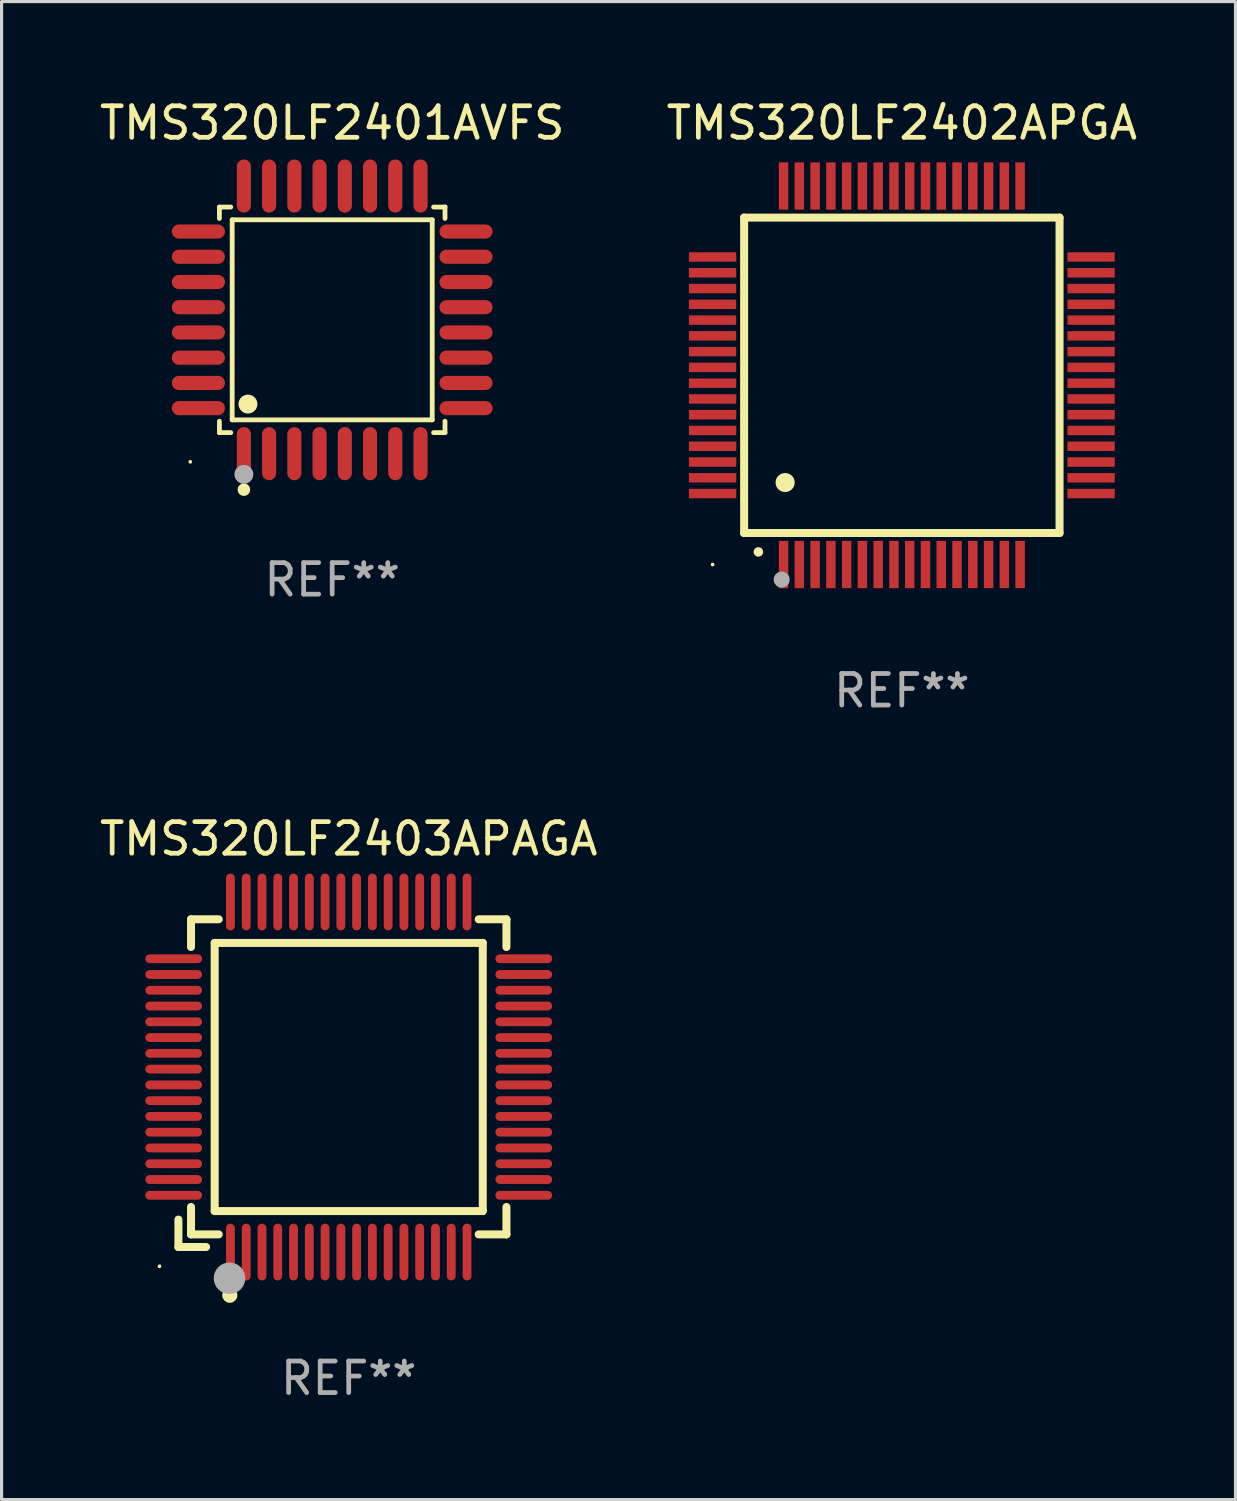
<source format=kicad_pcb>
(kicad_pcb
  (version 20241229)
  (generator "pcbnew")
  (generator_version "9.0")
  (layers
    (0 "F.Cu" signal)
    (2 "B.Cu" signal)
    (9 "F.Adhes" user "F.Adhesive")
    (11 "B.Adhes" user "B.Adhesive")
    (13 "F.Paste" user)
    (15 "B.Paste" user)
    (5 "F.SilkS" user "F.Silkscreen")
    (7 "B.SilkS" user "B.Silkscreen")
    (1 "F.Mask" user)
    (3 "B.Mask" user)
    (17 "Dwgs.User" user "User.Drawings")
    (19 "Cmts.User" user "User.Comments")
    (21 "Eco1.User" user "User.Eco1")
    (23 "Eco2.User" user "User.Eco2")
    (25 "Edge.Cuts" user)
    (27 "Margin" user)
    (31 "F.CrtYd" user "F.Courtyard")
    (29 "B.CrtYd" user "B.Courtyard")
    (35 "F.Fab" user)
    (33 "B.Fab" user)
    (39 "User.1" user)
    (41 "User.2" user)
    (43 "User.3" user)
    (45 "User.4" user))
  (footprint "TMS320LF2403APAGA"
    (layer "F.Cu")
    (at 8.006 31.095)
    (property "Reference" "TMS320LF2403APAGA" (at 0 -7.55 0) (layer "F.SilkS") (effects (font (size 1 1) (thickness 0.15))))
    (attr through_hole)
    (fp_line (start -5.4 4.521) (end -5.4 5.39) (stroke (width 0.254) (type solid)) (layer "F.SilkS"))
    (fp_line (start -5.4 5.39) (end -4.521 5.39) (stroke (width 0.254) (type solid)) (layer "F.SilkS"))
    (fp_line (start -5 -5) (end -5 -4.121) (stroke (width 0.254) (type solid)) (layer "F.SilkS"))
    (fp_line (start -5 4.121) (end -5 4.99) (stroke (width 0.254) (type solid)) (layer "F.SilkS"))
    (fp_line (start -5 4.99) (end -4.121 4.99) (stroke (width 0.254) (type solid)) (layer "F.SilkS"))
    (fp_line (start -4.25 -4.25) (end -4.25 4.25) (stroke (width 0.254) (type solid)) (layer "F.SilkS"))
    (fp_line (start -4.25 4.25) (end 4.25 4.25) (stroke (width 0.254) (type solid)) (layer "F.SilkS"))
    (fp_line (start -4.121 -5) (end -5 -5) (stroke (width 0.254) (type solid)) (layer "F.SilkS"))
    (fp_line (start 4.121 4.99) (end 5 4.99) (stroke (width 0.254) (type solid)) (layer "F.SilkS"))
    (fp_line (start 4.25 -4.25) (end -4.25 -4.25) (stroke (width 0.254) (type solid)) (layer "F.SilkS"))
    (fp_line (start 4.25 4.25) (end 4.25 -4.25) (stroke (width 0.254) (type solid)) (layer "F.SilkS"))
    (fp_line (start 5 -5) (end 4.121 -5) (stroke (width 0.254) (type solid)) (layer "F.SilkS"))
    (fp_line (start 5 -4.121) (end 5 -5) (stroke (width 0.254) (type solid)) (layer "F.SilkS"))
    (fp_line (start 5 4.99) (end 5 4.121) (stroke (width 0.254) (type solid)) (layer "F.SilkS"))
    (fp_circle (center -6 6) (end -5.97 6) (stroke (width 0.06) (type solid)) (fill no) (layer "F.SilkS"))
    (fp_circle (center -3.77 6.92) (end -3.65 6.92) (stroke (width 0.24) (type solid)) (fill no) (layer "F.SilkS"))
    (fp_circle (center -3.78 6.38) (end -3.53 6.38) (stroke (width 0.5) (type solid)) (fill no) (layer "F.Fab"))
    (fp_text user "REF**" (at 0 9.55 0) (layer "F.Fab") (effects (font (size 1 1) (thickness 0.15))))
    (pad "1" smd oval (at -3.75 5.55) (size 0.28 1.8) (layers "F.Cu" "F.Mask" "F.Paste"))
    (pad "2" smd oval (at -3.25 5.55) (size 0.28 1.8) (layers "F.Cu" "F.Mask" "F.Paste"))
    (pad "3" smd oval (at -2.75 5.55) (size 0.28 1.8) (layers "F.Cu" "F.Mask" "F.Paste"))
    (pad "4" smd oval (at -2.25 5.55) (size 0.28 1.8) (layers "F.Cu" "F.Mask" "F.Paste"))
    (pad "5" smd oval (at -1.75 5.55) (size 0.28 1.8) (layers "F.Cu" "F.Mask" "F.Paste"))
    (pad "6" smd oval (at -1.25 5.55) (size 0.28 1.8) (layers "F.Cu" "F.Mask" "F.Paste"))
    (pad "7" smd oval (at -0.75 5.55) (size 0.28 1.8) (layers "F.Cu" "F.Mask" "F.Paste"))
    (pad "8" smd oval (at -0.25 5.55) (size 0.28 1.8) (layers "F.Cu" "F.Mask" "F.Paste"))
    (pad "9" smd oval (at 0.25 5.55) (size 0.28 1.8) (layers "F.Cu" "F.Mask" "F.Paste"))
    (pad "10" smd oval (at 0.75 5.55) (size 0.28 1.8) (layers "F.Cu" "F.Mask" "F.Paste"))
    (pad "11" smd oval (at 1.25 5.55) (size 0.28 1.8) (layers "F.Cu" "F.Mask" "F.Paste"))
    (pad "12" smd oval (at 1.75 5.55) (size 0.28 1.8) (layers "F.Cu" "F.Mask" "F.Paste"))
    (pad "13" smd oval (at 2.25 5.55) (size 0.28 1.8) (layers "F.Cu" "F.Mask" "F.Paste"))
    (pad "14" smd oval (at 2.75 5.55) (size 0.28 1.8) (layers "F.Cu" "F.Mask" "F.Paste"))
    (pad "15" smd oval (at 3.25 5.55) (size 0.28 1.8) (layers "F.Cu" "F.Mask" "F.Paste"))
    (pad "16" smd oval (at 3.75 5.55) (size 0.28 1.8) (layers "F.Cu" "F.Mask" "F.Paste"))
    (pad "17" smd oval (at 5.55 3.75) (size 1.8 0.28) (layers "F.Cu" "F.Mask" "F.Paste"))
    (pad "18" smd oval (at 5.55 3.25) (size 1.8 0.28) (layers "F.Cu" "F.Mask" "F.Paste"))
    (pad "19" smd oval (at 5.55 2.75) (size 1.8 0.28) (layers "F.Cu" "F.Mask" "F.Paste"))
    (pad "20" smd oval (at 5.55 2.25) (size 1.8 0.28) (layers "F.Cu" "F.Mask" "F.Paste"))
    (pad "21" smd oval (at 5.55 1.75) (size 1.8 0.28) (layers "F.Cu" "F.Mask" "F.Paste"))
    (pad "22" smd oval (at 5.55 1.25) (size 1.8 0.28) (layers "F.Cu" "F.Mask" "F.Paste"))
    (pad "23" smd oval (at 5.55 0.75) (size 1.8 0.28) (layers "F.Cu" "F.Mask" "F.Paste"))
    (pad "24" smd oval (at 5.55 0.25) (size 1.8 0.28) (layers "F.Cu" "F.Mask" "F.Paste"))
    (pad "25" smd oval (at 5.55 -0.25) (size 1.8 0.28) (layers "F.Cu" "F.Mask" "F.Paste"))
    (pad "26" smd oval (at 5.55 -0.75) (size 1.8 0.28) (layers "F.Cu" "F.Mask" "F.Paste"))
    (pad "27" smd oval (at 5.55 -1.25) (size 1.8 0.28) (layers "F.Cu" "F.Mask" "F.Paste"))
    (pad "28" smd oval (at 5.55 -1.75) (size 1.8 0.28) (layers "F.Cu" "F.Mask" "F.Paste"))
    (pad "29" smd oval (at 5.55 -2.25) (size 1.8 0.28) (layers "F.Cu" "F.Mask" "F.Paste"))
    (pad "30" smd oval (at 5.55 -2.75) (size 1.8 0.28) (layers "F.Cu" "F.Mask" "F.Paste"))
    (pad "31" smd oval (at 5.55 -3.25) (size 1.8 0.28) (layers "F.Cu" "F.Mask" "F.Paste"))
    (pad "32" smd oval (at 5.55 -3.75) (size 1.8 0.28) (layers "F.Cu" "F.Mask" "F.Paste"))
    (pad "33" smd oval (at 3.75 -5.55) (size 0.28 1.8) (layers "F.Cu" "F.Mask" "F.Paste"))
    (pad "34" smd oval (at 3.25 -5.55) (size 0.28 1.8) (layers "F.Cu" "F.Mask" "F.Paste"))
    (pad "35" smd oval (at 2.75 -5.55) (size 0.28 1.8) (layers "F.Cu" "F.Mask" "F.Paste"))
    (pad "36" smd oval (at 2.25 -5.55) (size 0.28 1.8) (layers "F.Cu" "F.Mask" "F.Paste"))
    (pad "37" smd oval (at 1.75 -5.55) (size 0.28 1.8) (layers "F.Cu" "F.Mask" "F.Paste"))
    (pad "38" smd oval (at 1.25 -5.55) (size 0.28 1.8) (layers "F.Cu" "F.Mask" "F.Paste"))
    (pad "39" smd oval (at 0.75 -5.55) (size 0.28 1.8) (layers "F.Cu" "F.Mask" "F.Paste"))
    (pad "40" smd oval (at 0.25 -5.55) (size 0.28 1.8) (layers "F.Cu" "F.Mask" "F.Paste"))
    (pad "41" smd oval (at -0.25 -5.55) (size 0.28 1.8) (layers "F.Cu" "F.Mask" "F.Paste"))
    (pad "42" smd oval (at -0.75 -5.55) (size 0.28 1.8) (layers "F.Cu" "F.Mask" "F.Paste"))
    (pad "43" smd oval (at -1.25 -5.55) (size 0.28 1.8) (layers "F.Cu" "F.Mask" "F.Paste"))
    (pad "44" smd oval (at -1.75 -5.55) (size 0.28 1.8) (layers "F.Cu" "F.Mask" "F.Paste"))
    (pad "45" smd oval (at -2.25 -5.55) (size 0.28 1.8) (layers "F.Cu" "F.Mask" "F.Paste"))
    (pad "46" smd oval (at -2.75 -5.55) (size 0.28 1.8) (layers "F.Cu" "F.Mask" "F.Paste"))
    (pad "47" smd oval (at -3.25 -5.55) (size 0.28 1.8) (layers "F.Cu" "F.Mask" "F.Paste"))
    (pad "48" smd oval (at -3.75 -5.55) (size 0.28 1.8) (layers "F.Cu" "F.Mask" "F.Paste"))
    (pad "49" smd oval (at -5.55 -3.75) (size 1.8 0.28) (layers "F.Cu" "F.Mask" "F.Paste"))
    (pad "50" smd oval (at -5.55 -3.25) (size 1.8 0.28) (layers "F.Cu" "F.Mask" "F.Paste"))
    (pad "51" smd oval (at -5.55 -2.75) (size 1.8 0.28) (layers "F.Cu" "F.Mask" "F.Paste"))
    (pad "52" smd oval (at -5.55 -2.25) (size 1.8 0.28) (layers "F.Cu" "F.Mask" "F.Paste"))
    (pad "53" smd oval (at -5.55 -1.75) (size 1.8 0.28) (layers "F.Cu" "F.Mask" "F.Paste"))
    (pad "54" smd oval (at -5.55 -1.25) (size 1.8 0.28) (layers "F.Cu" "F.Mask" "F.Paste"))
    (pad "55" smd oval (at -5.55 -0.75) (size 1.8 0.28) (layers "F.Cu" "F.Mask" "F.Paste"))
    (pad "56" smd oval (at -5.55 -0.25) (size 1.8 0.28) (layers "F.Cu" "F.Mask" "F.Paste"))
    (pad "57" smd oval (at -5.55 0.25) (size 1.8 0.28) (layers "F.Cu" "F.Mask" "F.Paste"))
    (pad "58" smd oval (at -5.55 0.75) (size 1.8 0.28) (layers "F.Cu" "F.Mask" "F.Paste"))
    (pad "59" smd oval (at -5.55 1.25) (size 1.8 0.28) (layers "F.Cu" "F.Mask" "F.Paste"))
    (pad "60" smd oval (at -5.55 1.75) (size 1.8 0.28) (layers "F.Cu" "F.Mask" "F.Paste"))
    (pad "61" smd oval (at -5.55 2.25) (size 1.8 0.28) (layers "F.Cu" "F.Mask" "F.Paste"))
    (pad "62" smd oval (at -5.55 2.75) (size 1.8 0.28) (layers "F.Cu" "F.Mask" "F.Paste"))
    (pad "63" smd oval (at -5.55 3.25) (size 1.8 0.28) (layers "F.Cu" "F.Mask" "F.Paste"))
    (pad "64" smd oval (at -5.55 3.75) (size 1.8 0.28) (layers "F.Cu" "F.Mask" "F.Paste")))
  (footprint "TMS320LF2401AVFS"
    (layer "F.Cu")
    (at 7.482 7.09)
    (property "Reference" "TMS320LF2401AVFS" (at 0 -6.242 0) (layer "F.SilkS") (effects (font (size 1 1) (thickness 0.15))))
    (attr through_hole)
    (fp_line (start -3.576 -3.576) (end -3.215 -3.576) (stroke (width 0.152) (type solid)) (layer "F.SilkS"))
    (fp_line (start -3.576 -3.215) (end -3.576 -3.576) (stroke (width 0.152) (type solid)) (layer "F.SilkS"))
    (fp_line (start -3.576 3.215) (end -3.576 3.576) (stroke (width 0.152) (type solid)) (layer "F.SilkS"))
    (fp_line (start -3.576 3.576) (end -3.215 3.576) (stroke (width 0.152) (type solid)) (layer "F.SilkS"))
    (fp_line (start -3.171 -3.171) (end 3.171 -3.171) (stroke (width 0.152) (type solid)) (layer "F.SilkS"))
    (fp_line (start -3.171 3.171) (end -3.171 -3.171) (stroke (width 0.152) (type solid)) (layer "F.SilkS"))
    (fp_line (start 3.171 -3.171) (end 3.171 3.171) (stroke (width 0.152) (type solid)) (layer "F.SilkS"))
    (fp_line (start 3.171 3.171) (end -3.171 3.171) (stroke (width 0.152) (type solid)) (layer "F.SilkS"))
    (fp_line (start 3.576 -3.576) (end 3.215 -3.576) (stroke (width 0.152) (type solid)) (layer "F.SilkS"))
    (fp_line (start 3.576 -3.215) (end 3.576 -3.576) (stroke (width 0.152) (type solid)) (layer "F.SilkS"))
    (fp_line (start 3.576 3.215) (end 3.576 3.576) (stroke (width 0.152) (type solid)) (layer "F.SilkS"))
    (fp_line (start 3.576 3.576) (end 3.215 3.576) (stroke (width 0.152) (type solid)) (layer "F.SilkS"))
    (fp_circle (center -4.5 4.5) (end -4.47 4.5) (stroke (width 0.06) (type solid)) (fill no) (layer "F.SilkS"))
    (fp_circle (center -2.8 5.384) (end -2.7 5.384) (stroke (width 0.2) (type solid)) (fill no) (layer "F.SilkS"))
    (fp_circle (center -2.671 2.671) (end -2.521 2.671) (stroke (width 0.3) (type solid)) (fill no) (layer "F.SilkS"))
    (fp_circle (center -2.8 4.9) (end -2.65 4.9) (stroke (width 0.3) (type solid)) (fill no) (layer "F.Fab"))
    (fp_text user "REF**" (at 0 8.242 0) (layer "F.Fab") (effects (font (size 1 1) (thickness 0.15))))
    (pad "1" smd oval (at -2.8 4.242) (size 0.448 1.684) (layers "F.Cu" "F.Mask" "F.Paste"))
    (pad "2" smd oval (at -2 4.242) (size 0.448 1.684) (layers "F.Cu" "F.Mask" "F.Paste"))
    (pad "3" smd oval (at -1.2 4.242) (size 0.448 1.684) (layers "F.Cu" "F.Mask" "F.Paste"))
    (pad "4" smd oval (at -0.4 4.242) (size 0.448 1.684) (layers "F.Cu" "F.Mask" "F.Paste"))
    (pad "5" smd oval (at 0.4 4.242) (size 0.448 1.684) (layers "F.Cu" "F.Mask" "F.Paste"))
    (pad "6" smd oval (at 1.2 4.242) (size 0.448 1.684) (layers "F.Cu" "F.Mask" "F.Paste"))
    (pad "7" smd oval (at 2 4.242) (size 0.448 1.684) (layers "F.Cu" "F.Mask" "F.Paste"))
    (pad "8" smd oval (at 2.8 4.242) (size 0.448 1.684) (layers "F.Cu" "F.Mask" "F.Paste"))
    (pad "9" smd oval (at 4.242 2.8) (size 1.684 0.448) (layers "F.Cu" "F.Mask" "F.Paste"))
    (pad "10" smd oval (at 4.242 2) (size 1.684 0.448) (layers "F.Cu" "F.Mask" "F.Paste"))
    (pad "11" smd oval (at 4.242 1.2) (size 1.684 0.448) (layers "F.Cu" "F.Mask" "F.Paste"))
    (pad "12" smd oval (at 4.242 0.4) (size 1.684 0.448) (layers "F.Cu" "F.Mask" "F.Paste"))
    (pad "13" smd oval (at 4.242 -0.4) (size 1.684 0.448) (layers "F.Cu" "F.Mask" "F.Paste"))
    (pad "14" smd oval (at 4.242 -1.2) (size 1.684 0.448) (layers "F.Cu" "F.Mask" "F.Paste"))
    (pad "15" smd oval (at 4.242 -2) (size 1.684 0.448) (layers "F.Cu" "F.Mask" "F.Paste"))
    (pad "16" smd oval (at 4.242 -2.8) (size 1.684 0.448) (layers "F.Cu" "F.Mask" "F.Paste"))
    (pad "17" smd oval (at 2.8 -4.242) (size 0.448 1.684) (layers "F.Cu" "F.Mask" "F.Paste"))
    (pad "18" smd oval (at 2 -4.242) (size 0.448 1.684) (layers "F.Cu" "F.Mask" "F.Paste"))
    (pad "19" smd oval (at 1.2 -4.242) (size 0.448 1.684) (layers "F.Cu" "F.Mask" "F.Paste"))
    (pad "20" smd oval (at 0.4 -4.242) (size 0.448 1.684) (layers "F.Cu" "F.Mask" "F.Paste"))
    (pad "21" smd oval (at -0.4 -4.242) (size 0.448 1.684) (layers "F.Cu" "F.Mask" "F.Paste"))
    (pad "22" smd oval (at -1.2 -4.242) (size 0.448 1.684) (layers "F.Cu" "F.Mask" "F.Paste"))
    (pad "23" smd oval (at -2 -4.242) (size 0.448 1.684) (layers "F.Cu" "F.Mask" "F.Paste"))
    (pad "24" smd oval (at -2.8 -4.242) (size 0.448 1.684) (layers "F.Cu" "F.Mask" "F.Paste"))
    (pad "25" smd oval (at -4.242 -2.8) (size 1.684 0.448) (layers "F.Cu" "F.Mask" "F.Paste"))
    (pad "26" smd oval (at -4.242 -2) (size 1.684 0.448) (layers "F.Cu" "F.Mask" "F.Paste"))
    (pad "27" smd oval (at -4.242 -1.2) (size 1.684 0.448) (layers "F.Cu" "F.Mask" "F.Paste"))
    (pad "28" smd oval (at -4.242 -0.4) (size 1.684 0.448) (layers "F.Cu" "F.Mask" "F.Paste"))
    (pad "29" smd oval (at -4.242 0.4) (size 1.684 0.448) (layers "F.Cu" "F.Mask" "F.Paste"))
    (pad "30" smd oval (at -4.242 1.2) (size 1.684 0.448) (layers "F.Cu" "F.Mask" "F.Paste"))
    (pad "31" smd oval (at -4.242 2) (size 1.684 0.448) (layers "F.Cu" "F.Mask" "F.Paste"))
    (pad "32" smd oval (at -4.242 2.8) (size 1.684 0.448) (layers "F.Cu" "F.Mask" "F.Paste")))
  (footprint "TMS320LF2402APGA"
    (layer "F.Cu")
    (at 25.542 8.848)
    (property "Reference" "TMS320LF2402APGA" (at 0 -8 0) (layer "F.SilkS") (effects (font (size 1 1) (thickness 0.15))))
    (attr through_hole)
    (fp_line (start -5 -5) (end -5 5) (stroke (width 0.254) (type solid)) (layer "F.SilkS"))
    (fp_line (start -5 -5) (end 5 -5) (stroke (width 0.254) (type solid)) (layer "F.SilkS"))
    (fp_line (start -5 5) (end 5 5) (stroke (width 0.254) (type solid)) (layer "F.SilkS"))
    (fp_line (start 5 -5) (end 5 5) (stroke (width 0.254) (type solid)) (layer "F.SilkS"))
    (fp_arc (start -4.549987 5.6) (mid -4.548717 5.599995) (end -4.547447 5.6) (stroke (width 0.3) (type solid)) (layer "F.SilkS"))
    (fp_arc (start -3.703835 3.400076) (mid -3.700025 3.400052) (end -3.696215 3.400076) (stroke (width 0.6) (type solid)) (layer "F.SilkS"))
    (fp_circle (center -6 6) (end -5.97 6) (stroke (width 0.06) (type solid)) (fill no) (layer "F.SilkS"))
    (fp_circle (center -3.81 6.477) (end -3.683 6.477) (stroke (width 0.254) (type solid)) (fill no) (layer "F.Fab"))
    (fp_text user "REF**" (at 0 10 0) (layer "F.Fab") (effects (font (size 1 1) (thickness 0.15))))
    (pad "1" smd rect (at -3.75 6 180) (size 0.3 1.5) (layers "F.Cu" "F.Mask" "F.Paste"))
    (pad "2" smd rect (at -3.25 6 180) (size 0.3 1.5) (layers "F.Cu" "F.Mask" "F.Paste"))
    (pad "3" smd rect (at -2.75 6 180) (size 0.3 1.5) (layers "F.Cu" "F.Mask" "F.Paste"))
    (pad "4" smd rect (at -2.25 6 180) (size 0.3 1.5) (layers "F.Cu" "F.Mask" "F.Paste"))
    (pad "5" smd rect (at -1.75 6 180) (size 0.3 1.5) (layers "F.Cu" "F.Mask" "F.Paste"))
    (pad "6" smd rect (at -1.25 6 180) (size 0.3 1.5) (layers "F.Cu" "F.Mask" "F.Paste"))
    (pad "7" smd rect (at -0.75 6 180) (size 0.3 1.5) (layers "F.Cu" "F.Mask" "F.Paste"))
    (pad "8" smd rect (at -0.25 6 180) (size 0.3 1.5) (layers "F.Cu" "F.Mask" "F.Paste"))
    (pad "9" smd rect (at 0.25 6 180) (size 0.3 1.5) (layers "F.Cu" "F.Mask" "F.Paste"))
    (pad "10" smd rect (at 0.75 6 180) (size 0.3 1.5) (layers "F.Cu" "F.Mask" "F.Paste"))
    (pad "11" smd rect (at 1.25 6 180) (size 0.3 1.5) (layers "F.Cu" "F.Mask" "F.Paste"))
    (pad "12" smd rect (at 1.75 6 180) (size 0.3 1.5) (layers "F.Cu" "F.Mask" "F.Paste"))
    (pad "13" smd rect (at 2.25 6 180) (size 0.3 1.5) (layers "F.Cu" "F.Mask" "F.Paste"))
    (pad "14" smd rect (at 2.75 6 180) (size 0.3 1.5) (layers "F.Cu" "F.Mask" "F.Paste"))
    (pad "15" smd rect (at 3.25 6 180) (size 0.3 1.5) (layers "F.Cu" "F.Mask" "F.Paste"))
    (pad "16" smd rect (at 3.75 6 180) (size 0.3 1.5) (layers "F.Cu" "F.Mask" "F.Paste"))
    (pad "17" smd rect (at 6 3.75 90) (size 0.3 1.5) (layers "F.Cu" "F.Mask" "F.Paste"))
    (pad "18" smd rect (at 6 3.25 90) (size 0.3 1.5) (layers "F.Cu" "F.Mask" "F.Paste"))
    (pad "19" smd rect (at 6 2.75 90) (size 0.3 1.5) (layers "F.Cu" "F.Mask" "F.Paste"))
    (pad "20" smd rect (at 6 2.25 90) (size 0.3 1.5) (layers "F.Cu" "F.Mask" "F.Paste"))
    (pad "21" smd rect (at 6 1.75 90) (size 0.3 1.5) (layers "F.Cu" "F.Mask" "F.Paste"))
    (pad "22" smd rect (at 6 1.25 90) (size 0.3 1.5) (layers "F.Cu" "F.Mask" "F.Paste"))
    (pad "23" smd rect (at 6 0.75 90) (size 0.3 1.5) (layers "F.Cu" "F.Mask" "F.Paste"))
    (pad "24" smd rect (at 6 0.25 90) (size 0.3 1.5) (layers "F.Cu" "F.Mask" "F.Paste"))
    (pad "25" smd rect (at 6 -0.25 90) (size 0.3 1.5) (layers "F.Cu" "F.Mask" "F.Paste"))
    (pad "26" smd rect (at 6 -0.75 90) (size 0.3 1.5) (layers "F.Cu" "F.Mask" "F.Paste"))
    (pad "27" smd rect (at 6 -1.25 90) (size 0.3 1.5) (layers "F.Cu" "F.Mask" "F.Paste"))
    (pad "28" smd rect (at 6 -1.75 90) (size 0.3 1.5) (layers "F.Cu" "F.Mask" "F.Paste"))
    (pad "29" smd rect (at 6 -2.25 90) (size 0.3 1.5) (layers "F.Cu" "F.Mask" "F.Paste"))
    (pad "30" smd rect (at 6 -2.75 90) (size 0.3 1.5) (layers "F.Cu" "F.Mask" "F.Paste"))
    (pad "31" smd rect (at 6 -3.25 90) (size 0.3 1.5) (layers "F.Cu" "F.Mask" "F.Paste"))
    (pad "32" smd rect (at 6 -3.75 90) (size 0.3 1.5) (layers "F.Cu" "F.Mask" "F.Paste"))
    (pad "33" smd rect (at 3.75 -6 180) (size 0.3 1.5) (layers "F.Cu" "F.Mask" "F.Paste"))
    (pad "34" smd rect (at 3.25 -6 180) (size 0.3 1.5) (layers "F.Cu" "F.Mask" "F.Paste"))
    (pad "35" smd rect (at 2.75 -6 180) (size 0.3 1.5) (layers "F.Cu" "F.Mask" "F.Paste"))
    (pad "36" smd rect (at 2.25 -6 180) (size 0.3 1.5) (layers "F.Cu" "F.Mask" "F.Paste"))
    (pad "37" smd rect (at 1.75 -6 180) (size 0.3 1.5) (layers "F.Cu" "F.Mask" "F.Paste"))
    (pad "38" smd rect (at 1.25 -6 180) (size 0.3 1.5) (layers "F.Cu" "F.Mask" "F.Paste"))
    (pad "39" smd rect (at 0.75 -6 180) (size 0.3 1.5) (layers "F.Cu" "F.Mask" "F.Paste"))
    (pad "40" smd rect (at 0.25 -6 180) (size 0.3 1.5) (layers "F.Cu" "F.Mask" "F.Paste"))
    (pad "41" smd rect (at -0.25 -6 180) (size 0.3 1.5) (layers "F.Cu" "F.Mask" "F.Paste"))
    (pad "42" smd rect (at -0.75 -6 180) (size 0.3 1.5) (layers "F.Cu" "F.Mask" "F.Paste"))
    (pad "43" smd rect (at -1.25 -6 180) (size 0.3 1.5) (layers "F.Cu" "F.Mask" "F.Paste"))
    (pad "44" smd rect (at -1.75 -6 180) (size 0.3 1.5) (layers "F.Cu" "F.Mask" "F.Paste"))
    (pad "45" smd rect (at -2.25 -6 180) (size 0.3 1.5) (layers "F.Cu" "F.Mask" "F.Paste"))
    (pad "46" smd rect (at -2.75 -6 180) (size 0.3 1.5) (layers "F.Cu" "F.Mask" "F.Paste"))
    (pad "47" smd rect (at -3.25 -6 180) (size 0.3 1.5) (layers "F.Cu" "F.Mask" "F.Paste"))
    (pad "48" smd rect (at -3.75 -6 180) (size 0.3 1.5) (layers "F.Cu" "F.Mask" "F.Paste"))
    (pad "49" smd rect (at -6 -3.75 90) (size 0.3 1.5) (layers "F.Cu" "F.Mask" "F.Paste"))
    (pad "50" smd rect (at -6 -3.25 90) (size 0.3 1.5) (layers "F.Cu" "F.Mask" "F.Paste"))
    (pad "51" smd rect (at -6 -2.75 90) (size 0.3 1.5) (layers "F.Cu" "F.Mask" "F.Paste"))
    (pad "52" smd rect (at -6 -2.25 90) (size 0.3 1.5) (layers "F.Cu" "F.Mask" "F.Paste"))
    (pad "53" smd rect (at -6 -1.75 90) (size 0.3 1.5) (layers "F.Cu" "F.Mask" "F.Paste"))
    (pad "54" smd rect (at -6 -1.25 90) (size 0.3 1.5) (layers "F.Cu" "F.Mask" "F.Paste"))
    (pad "55" smd rect (at -6 -0.75 90) (size 0.3 1.5) (layers "F.Cu" "F.Mask" "F.Paste"))
    (pad "56" smd rect (at -6 -0.25 90) (size 0.3 1.5) (layers "F.Cu" "F.Mask" "F.Paste"))
    (pad "57" smd rect (at -6 0.25 90) (size 0.3 1.5) (layers "F.Cu" "F.Mask" "F.Paste"))
    (pad "58" smd rect (at -6 0.75 90) (size 0.3 1.5) (layers "F.Cu" "F.Mask" "F.Paste"))
    (pad "59" smd rect (at -6 1.25 90) (size 0.3 1.5) (layers "F.Cu" "F.Mask" "F.Paste"))
    (pad "60" smd rect (at -6 1.75 90) (size 0.3 1.5) (layers "F.Cu" "F.Mask" "F.Paste"))
    (pad "61" smd rect (at -6 2.25 90) (size 0.3 1.5) (layers "F.Cu" "F.Mask" "F.Paste"))
    (pad "62" smd rect (at -6 2.75 90) (size 0.3 1.5) (layers "F.Cu" "F.Mask" "F.Paste"))
    (pad "63" smd rect (at -6 3.25 90) (size 0.3 1.5) (layers "F.Cu" "F.Mask" "F.Paste"))
    (pad "64" smd rect (at -6 3.75 90) (size 0.3 1.5) (layers "F.Cu" "F.Mask" "F.Paste")))
  (gr_rect
    (start -3 -3)
    (end 36.119 44.493)
    (stroke (width 0.1) (type default))
    (fill no)
    (layer "Edge.Cuts")))
</source>
